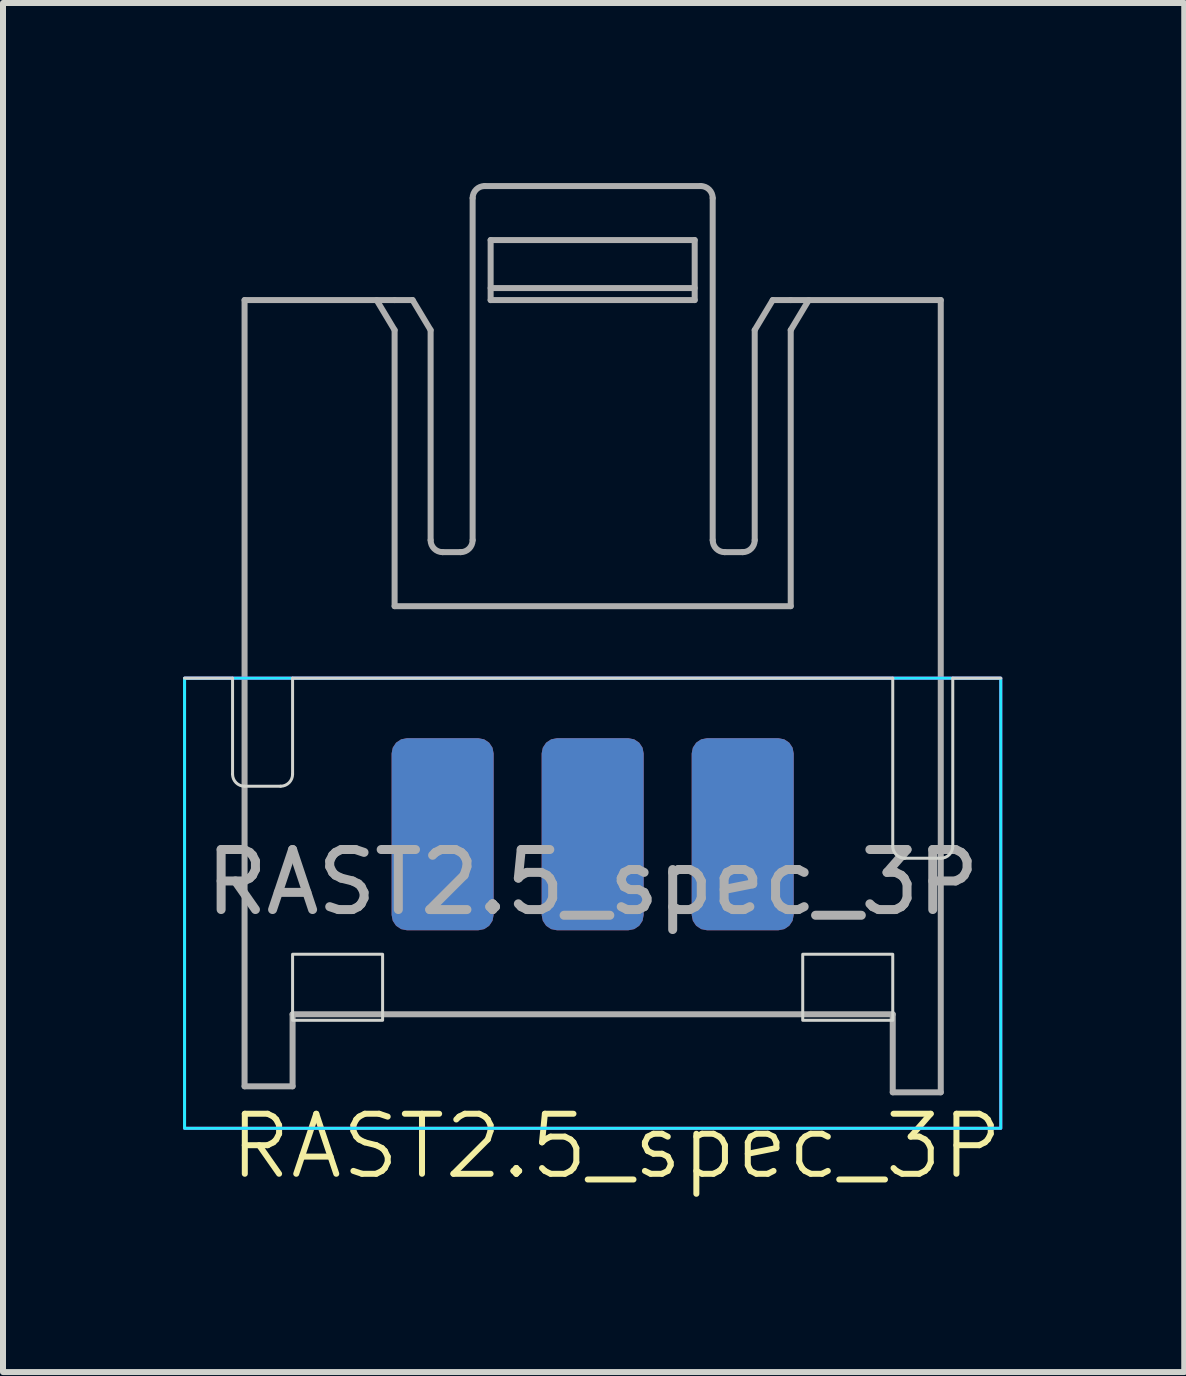
<source format=kicad_pcb>
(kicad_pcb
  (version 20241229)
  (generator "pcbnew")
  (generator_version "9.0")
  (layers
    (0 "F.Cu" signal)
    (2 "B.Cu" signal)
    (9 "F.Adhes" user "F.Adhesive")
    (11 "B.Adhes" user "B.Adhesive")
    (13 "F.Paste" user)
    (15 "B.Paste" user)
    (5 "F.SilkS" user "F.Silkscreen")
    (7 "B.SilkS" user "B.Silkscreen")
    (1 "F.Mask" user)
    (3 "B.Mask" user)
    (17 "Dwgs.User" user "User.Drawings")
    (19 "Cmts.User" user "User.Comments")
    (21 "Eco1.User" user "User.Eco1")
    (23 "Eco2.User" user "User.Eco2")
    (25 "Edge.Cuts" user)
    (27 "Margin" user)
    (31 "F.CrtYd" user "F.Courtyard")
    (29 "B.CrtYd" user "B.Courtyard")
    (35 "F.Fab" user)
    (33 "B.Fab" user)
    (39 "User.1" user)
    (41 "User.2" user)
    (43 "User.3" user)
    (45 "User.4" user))
  (footprint "RAST2.5_spec_3P"
    (layer "F.Cu")
    (at 6.825 8.25)
    (property "Reference" "RAST2.5_spec_3P" (at -6.1 7.8 0) (unlocked yes) (layer "F.SilkS") (effects (font (size 1 1) (thickness 0.1)) (justify left)))
    (attr smd)
    (fp_line (start -6 0) (end -6.8 0) (stroke (width 0.05) (type default)) (layer "Edge.Cuts"))
    (fp_line (start -6 1.6) (end -6 0) (stroke (width 0.05) (type default)) (layer "Edge.Cuts"))
    (fp_line (start -5.2 1.8) (end -5.8 1.8) (stroke (width 0.05) (type default)) (layer "Edge.Cuts"))
    (fp_line (start -5 0) (end -5 1.6) (stroke (width 0.05) (type default)) (layer "Edge.Cuts"))
    (fp_line (start -5 0) (end 5 0) (stroke (width 0.05) (type default)) (layer "Edge.Cuts"))
    (fp_line (start 5 0) (end 5 2.8) (stroke (width 0.05) (type default)) (layer "Edge.Cuts"))
    (fp_line (start 5.2 3) (end 5.8 3) (stroke (width 0.05) (type default)) (layer "Edge.Cuts"))
    (fp_line (start 6 0) (end 6.8 0) (stroke (width 0.05) (type default)) (layer "Edge.Cuts"))
    (fp_line (start 6 2.8) (end 6 0) (stroke (width 0.05) (type default)) (layer "Edge.Cuts"))
    (fp_rect (start -5 4.6) (end -3.5 5.7) (stroke (width 0.05) (type default)) (fill no) (layer "Edge.Cuts"))
    (fp_rect (start 3.5 4.6) (end 5 5.7) (stroke (width 0.05) (type default)) (fill no) (layer "Edge.Cuts"))
    (fp_arc (start -5.8 1.8) (mid -5.941421 1.741421) (end -6 1.6) (stroke (width 0.05) (type default)) (layer "Edge.Cuts"))
    (fp_arc (start -5 1.6) (mid -5.058579 1.741421) (end -5.2 1.8) (stroke (width 0.05) (type default)) (layer "Edge.Cuts"))
    (fp_arc (start 5.2 3) (mid 5.058579 2.941421) (end 5 2.8) (stroke (width 0.05) (type default)) (layer "Edge.Cuts"))
    (fp_arc (start 6 2.8) (mid 5.941421 2.941421) (end 5.8 3) (stroke (width 0.05) (type default)) (layer "Edge.Cuts"))
    (fp_rect (start -6.8 0) (end 6.8 7.5) (stroke (width 0.05) (type default)) (fill no) (layer "B.CrtYd"))
    (fp_rect (start -6.8 0) (end 6.8 7.5) (stroke (width 0.05) (type default)) (fill no) (layer "F.CrtYd"))
    (fp_line (start -5.8 -6.3) (end -3.3 -6.3) (stroke (width 0.1) (type default)) (layer "F.Fab"))
    (fp_line (start -5.8 6.8) (end -5.8 -6.3) (stroke (width 0.1) (type default)) (layer "F.Fab"))
    (fp_line (start -5.8 6.8) (end -5 6.8) (stroke (width 0.1) (type default)) (layer "F.Fab"))
    (fp_line (start -5 5.6) (end 5 5.6) (stroke (width 0.1) (type default)) (layer "F.Fab"))
    (fp_line (start -5 6.8) (end -5 5.6) (stroke (width 0.1) (type default)) (layer "F.Fab"))
    (fp_line (start -3.6 -6.3) (end -3.3 -5.8) (stroke (width 0.1) (type default)) (layer "F.Fab"))
    (fp_line (start -3.3 -6.3) (end -3 -6.3) (stroke (width 0.1) (type default)) (layer "F.Fab"))
    (fp_line (start -3.3 -5.8) (end -3.3 -1.2) (stroke (width 0.1) (type default)) (layer "F.Fab"))
    (fp_line (start -3.3 -1.2) (end 3.3 -1.2) (stroke (width 0.1) (type default)) (layer "F.Fab"))
    (fp_line (start -3 -6.3) (end -2.7 -5.8) (stroke (width 0.1) (type default)) (layer "F.Fab"))
    (fp_line (start -2.7 -5.8) (end -2.7 -2.3) (stroke (width 0.1) (type default)) (layer "F.Fab"))
    (fp_line (start -2.5 -2.1) (end -2.2 -2.1) (stroke (width 0.1) (type default)) (layer "F.Fab"))
    (fp_line (start -2 -2.3) (end -2 -8) (stroke (width 0.1) (type default)) (layer "F.Fab"))
    (fp_line (start -1.8 -8.2) (end 1.8 -8.2) (stroke (width 0.1) (type default)) (layer "F.Fab"))
    (fp_line (start -1.7 -7.3) (end -1.7 -6.3) (stroke (width 0.1) (type default)) (layer "F.Fab"))
    (fp_line (start -1.7 -6.5) (end 1.7 -6.5) (stroke (width 0.1) (type default)) (layer "F.Fab"))
    (fp_line (start -1.7 -6.3) (end 1.7 -6.3) (stroke (width 0.1) (type default)) (layer "F.Fab"))
    (fp_line (start 1.7 -7.3) (end -1.7 -7.3) (stroke (width 0.1) (type default)) (layer "F.Fab"))
    (fp_line (start 1.7 -6.3) (end 1.7 -7.3) (stroke (width 0.1) (type default)) (layer "F.Fab"))
    (fp_line (start 2 -8) (end 2 -2.3) (stroke (width 0.1) (type default)) (layer "F.Fab"))
    (fp_line (start 2.5 -2.1) (end 2.2 -2.1) (stroke (width 0.1) (type default)) (layer "F.Fab"))
    (fp_line (start 2.7 -5.8) (end 2.7 -2.3) (stroke (width 0.1) (type default)) (layer "F.Fab"))
    (fp_line (start 3 -6.3) (end 2.7 -5.8) (stroke (width 0.1) (type default)) (layer "F.Fab"))
    (fp_line (start 3.3 -6.3) (end 3 -6.3) (stroke (width 0.1) (type default)) (layer "F.Fab"))
    (fp_line (start 3.3 -5.8) (end 3.3 -1.2) (stroke (width 0.1) (type default)) (layer "F.Fab"))
    (fp_line (start 3.6 -6.3) (end 3.3 -5.8) (stroke (width 0.1) (type default)) (layer "F.Fab"))
    (fp_line (start 5 5.6) (end 5 6.9) (stroke (width 0.1) (type default)) (layer "F.Fab"))
    (fp_line (start 5 6.9) (end 5.8 6.9) (stroke (width 0.1) (type default)) (layer "F.Fab"))
    (fp_line (start 5.8 -6.3) (end 3.3 -6.3) (stroke (width 0.1) (type default)) (layer "F.Fab"))
    (fp_line (start 5.8 6.9) (end 5.8 -6.3) (stroke (width 0.1) (type default)) (layer "F.Fab"))
    (fp_arc (start -2.5 -2.1) (mid -2.641421 -2.158579) (end -2.7 -2.3) (stroke (width 0.1) (type default)) (layer "F.Fab"))
    (fp_arc (start -2 -8) (mid -1.941421 -8.141421) (end -1.8 -8.2) (stroke (width 0.1) (type default)) (layer "F.Fab"))
    (fp_arc (start -2 -2.3) (mid -2.058579 -2.158579) (end -2.2 -2.1) (stroke (width 0.1) (type default)) (layer "F.Fab"))
    (fp_arc (start 1.8 -8.2) (mid 1.941421 -8.141421) (end 2 -8) (stroke (width 0.1) (type default)) (layer "F.Fab"))
    (fp_arc (start 2.2 -2.1) (mid 2.058579 -2.158579) (end 2 -2.3) (stroke (width 0.1) (type default)) (layer "F.Fab"))
    (fp_arc (start 2.7 -2.3) (mid 2.641421 -2.158579) (end 2.5 -2.1) (stroke (width 0.1) (type default)) (layer "F.Fab"))
    (fp_text user "${REFERENCE}" (at 0 3.4 0) (unlocked yes) (layer "F.Fab") (effects (font (size 1 1) (thickness 0.15))))
    (pad "1" smd roundrect (at 2.5 2.6) (size 1.7 3.2) (layers "F.Cu" "F.Mask" "F.Paste") (roundrect_rratio 0.15))
    (pad "1" smd roundrect (at 2.5 2.6) (size 1.7 3.2) (layers "B.Cu" "B.Mask" "B.Paste") (roundrect_rratio 0.15))
    (pad "2" smd roundrect (at 0 2.6) (size 1.7 3.2) (layers "F.Cu" "F.Mask" "F.Paste") (roundrect_rratio 0.15))
    (pad "2" smd roundrect (at 0 2.6) (size 1.7 3.2) (layers "B.Cu" "B.Mask" "B.Paste") (roundrect_rratio 0.15))
    (pad "3" smd roundrect (at -2.5 2.6) (size 1.7 3.2) (layers "F.Cu" "F.Mask" "F.Paste") (roundrect_rratio 0.15))
    (pad "3" smd roundrect (at -2.5 2.6) (size 1.7 3.2) (layers "B.Cu" "B.Mask" "B.Paste") (roundrect_rratio 0.15)))
  (gr_rect
    (start -3 -3)
    (end 16.682 19.811)
    (stroke (width 0.1) (type default))
    (fill no)
    (layer "Edge.Cuts")))
</source>
